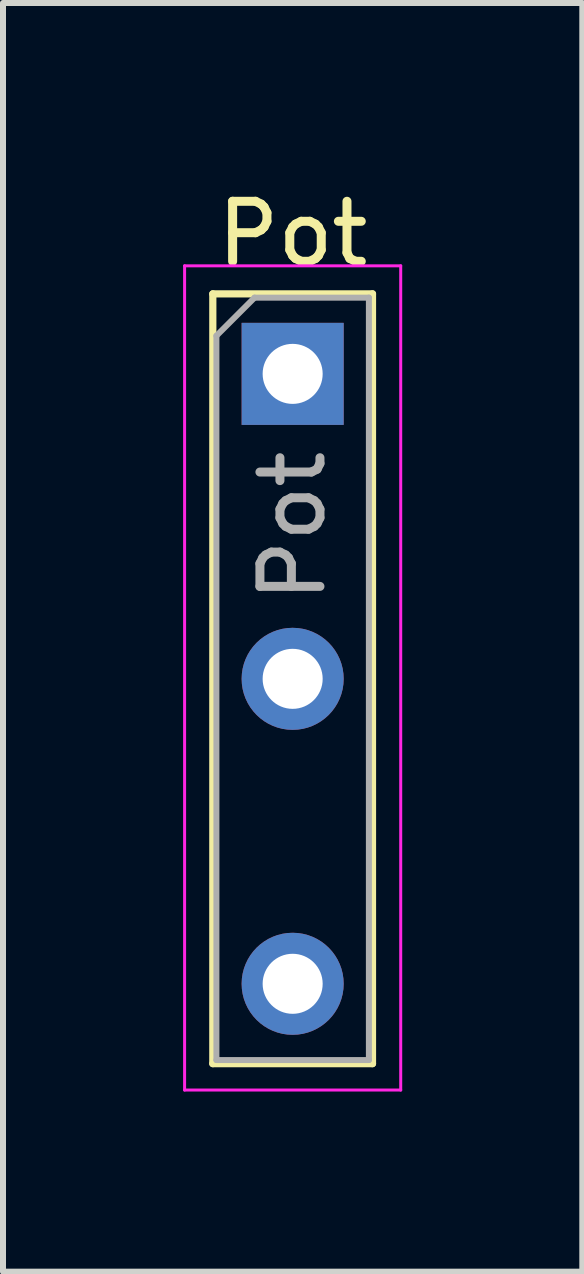
<source format=kicad_pcb>
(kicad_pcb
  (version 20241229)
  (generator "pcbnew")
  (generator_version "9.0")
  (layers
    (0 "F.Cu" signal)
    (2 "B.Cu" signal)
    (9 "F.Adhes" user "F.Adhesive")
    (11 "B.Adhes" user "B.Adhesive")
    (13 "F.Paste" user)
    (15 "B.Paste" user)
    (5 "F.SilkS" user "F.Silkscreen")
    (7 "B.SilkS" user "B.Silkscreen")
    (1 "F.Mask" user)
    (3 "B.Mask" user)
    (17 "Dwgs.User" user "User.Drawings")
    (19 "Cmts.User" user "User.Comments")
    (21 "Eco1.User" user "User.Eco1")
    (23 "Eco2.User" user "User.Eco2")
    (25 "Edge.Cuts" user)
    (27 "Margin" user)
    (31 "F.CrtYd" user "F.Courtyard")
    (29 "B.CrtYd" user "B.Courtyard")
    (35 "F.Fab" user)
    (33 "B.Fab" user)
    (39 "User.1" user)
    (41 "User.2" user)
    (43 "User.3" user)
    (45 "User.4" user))
  (footprint "Pot"
    (layer "F.Cu")
    (at 1.825 3.178)
    (property "Reference" "Pot" (at 0 -2.33 0) (layer "F.SilkS") (effects (font (size 1 1) (thickness 0.15))))
    (attr through_hole)
    (fp_line (start -1.33 -1.333) (end -1.33 11.49) (stroke (width 0.12) (type solid)) (layer "F.SilkS"))
    (fp_line (start -1.33 -1.333) (end 1.33 -1.333) (stroke (width 0.12) (type solid)) (layer "F.SilkS"))
    (fp_line (start -1.33 11.49) (end 1.33 11.49) (stroke (width 0.12) (type solid)) (layer "F.SilkS"))
    (fp_line (start 1.33 -1.333) (end 1.33 11.49) (stroke (width 0.12) (type solid)) (layer "F.SilkS"))
    (fp_line (start -1.8 -1.8) (end -1.8 11.93) (stroke (width 0.05) (type solid)) (layer "F.CrtYd"))
    (fp_line (start -1.8 11.93) (end 1.8 11.93) (stroke (width 0.05) (type solid)) (layer "F.CrtYd"))
    (fp_line (start 1.8 -1.8) (end -1.8 -1.8) (stroke (width 0.05) (type solid)) (layer "F.CrtYd"))
    (fp_line (start 1.8 11.93) (end 1.8 -1.8) (stroke (width 0.05) (type solid)) (layer "F.CrtYd"))
    (fp_line (start -1.27 -0.635) (end -0.635 -1.27) (stroke (width 0.1) (type solid)) (layer "F.Fab"))
    (fp_line (start -1.27 11.43) (end -1.27 -0.635) (stroke (width 0.1) (type solid)) (layer "F.Fab"))
    (fp_line (start -0.635 -1.27) (end 1.27 -1.27) (stroke (width 0.1) (type solid)) (layer "F.Fab"))
    (fp_line (start 1.27 -1.27) (end 1.27 11.43) (stroke (width 0.1) (type solid)) (layer "F.Fab"))
    (fp_line (start 1.27 11.43) (end -1.27 11.43) (stroke (width 0.1) (type solid)) (layer "F.Fab"))
    (fp_text user "${REFERENCE}" (at 0 2.54 90) (layer "F.Fab") (effects (font (size 1 1) (thickness 0.15))))
    (pad "1" thru_hole rect (at 0 0) (size 1.7 1.7) (drill 1) (layers "*.Cu" "*.Mask"))
    (pad "2" thru_hole oval (at 0 5.08) (size 1.7 1.7) (drill 1) (layers "*.Cu" "*.Mask"))
    (pad "3" thru_hole oval (at 0 10.16) (size 1.7 1.7) (drill 1) (layers "*.Cu" "*.Mask")))
  (gr_rect
    (start -3 -3)
    (end 6.65 18.133)
    (stroke (width 0.1) (type default))
    (fill no)
    (layer "Edge.Cuts")))
</source>
